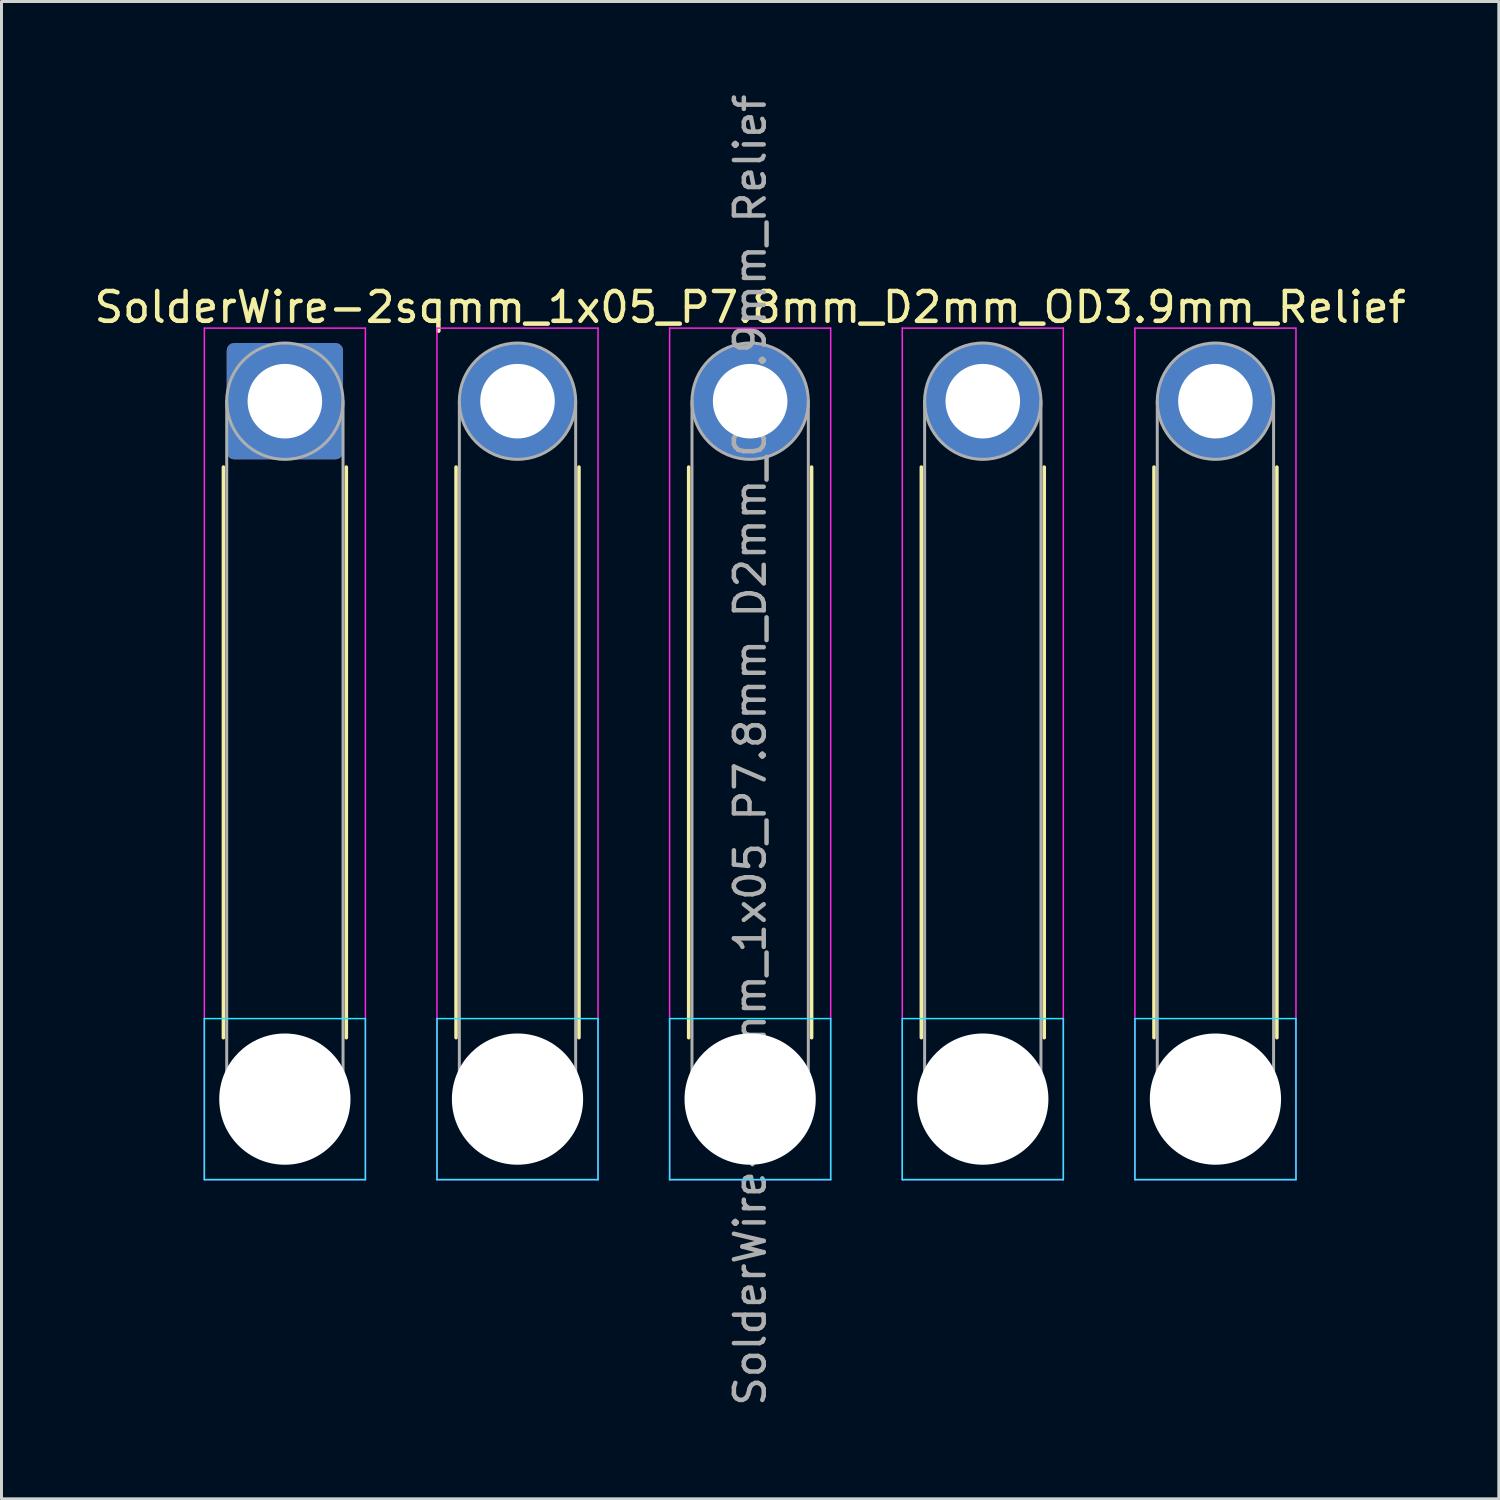
<source format=kicad_pcb>
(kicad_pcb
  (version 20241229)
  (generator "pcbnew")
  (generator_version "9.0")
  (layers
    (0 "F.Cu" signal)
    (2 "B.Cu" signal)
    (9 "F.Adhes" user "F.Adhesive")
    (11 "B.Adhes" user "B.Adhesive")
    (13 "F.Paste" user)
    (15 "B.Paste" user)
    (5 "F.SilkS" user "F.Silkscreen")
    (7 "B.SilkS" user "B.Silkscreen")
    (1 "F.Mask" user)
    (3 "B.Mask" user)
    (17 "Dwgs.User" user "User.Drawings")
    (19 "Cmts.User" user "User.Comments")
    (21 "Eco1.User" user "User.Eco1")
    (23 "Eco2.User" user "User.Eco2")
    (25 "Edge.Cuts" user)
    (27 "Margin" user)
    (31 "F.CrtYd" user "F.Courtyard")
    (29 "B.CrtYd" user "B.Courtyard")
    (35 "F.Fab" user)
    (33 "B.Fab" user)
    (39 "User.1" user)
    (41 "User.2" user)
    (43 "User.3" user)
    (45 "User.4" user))
  (footprint "SolderWire-2sqmm_1x05_P7.8mm_D2mm_OD3.9mm_Relief"
    (layer "F.Cu")
    (at 6.501 10.401)
    (property "Reference" "SolderWire-2sqmm_1x05_P7.8mm_D2mm_OD3.9mm_Relief" (at 15.6 -3.15 0) (layer "F.SilkS") (effects (font (size 1 1) (thickness 0.15))))
    (attr exclude_from_pos_files exclude_from_bom)
    (fp_line (start -2.06 2.21) (end -2.06 21.34) (stroke (width 0.12) (type solid)) (layer "F.SilkS"))
    (fp_line (start 2.06 2.21) (end 2.06 21.34) (stroke (width 0.12) (type solid)) (layer "F.SilkS"))
    (fp_line (start 5.74 2.21) (end 5.74 21.34) (stroke (width 0.12) (type solid)) (layer "F.SilkS"))
    (fp_line (start 9.86 2.21) (end 9.86 21.34) (stroke (width 0.12) (type solid)) (layer "F.SilkS"))
    (fp_line (start 13.54 2.21) (end 13.54 21.34) (stroke (width 0.12) (type solid)) (layer "F.SilkS"))
    (fp_line (start 17.66 2.21) (end 17.66 21.34) (stroke (width 0.12) (type solid)) (layer "F.SilkS"))
    (fp_line (start 21.34 2.21) (end 21.34 21.34) (stroke (width 0.12) (type solid)) (layer "F.SilkS"))
    (fp_line (start 25.46 2.21) (end 25.46 21.34) (stroke (width 0.12) (type solid)) (layer "F.SilkS"))
    (fp_line (start 29.14 2.21) (end 29.14 21.34) (stroke (width 0.12) (type solid)) (layer "F.SilkS"))
    (fp_line (start 33.26 2.21) (end 33.26 21.34) (stroke (width 0.12) (type solid)) (layer "F.SilkS"))
    (fp_line (start -2.7 20.7) (end -2.7 26.1) (stroke (width 0.05) (type solid)) (layer "B.CrtYd"))
    (fp_line (start -2.7 26.1) (end 2.7 26.1) (stroke (width 0.05) (type solid)) (layer "B.CrtYd"))
    (fp_line (start 2.7 20.7) (end -2.7 20.7) (stroke (width 0.05) (type solid)) (layer "B.CrtYd"))
    (fp_line (start 2.7 26.1) (end 2.7 20.7) (stroke (width 0.05) (type solid)) (layer "B.CrtYd"))
    (fp_line (start 5.1 20.7) (end 5.1 26.1) (stroke (width 0.05) (type solid)) (layer "B.CrtYd"))
    (fp_line (start 5.1 26.1) (end 10.5 26.1) (stroke (width 0.05) (type solid)) (layer "B.CrtYd"))
    (fp_line (start 10.5 20.7) (end 5.1 20.7) (stroke (width 0.05) (type solid)) (layer "B.CrtYd"))
    (fp_line (start 10.5 26.1) (end 10.5 20.7) (stroke (width 0.05) (type solid)) (layer "B.CrtYd"))
    (fp_line (start 12.9 20.7) (end 12.9 26.1) (stroke (width 0.05) (type solid)) (layer "B.CrtYd"))
    (fp_line (start 12.9 26.1) (end 18.3 26.1) (stroke (width 0.05) (type solid)) (layer "B.CrtYd"))
    (fp_line (start 18.3 20.7) (end 12.9 20.7) (stroke (width 0.05) (type solid)) (layer "B.CrtYd"))
    (fp_line (start 18.3 26.1) (end 18.3 20.7) (stroke (width 0.05) (type solid)) (layer "B.CrtYd"))
    (fp_line (start 20.7 20.7) (end 20.7 26.1) (stroke (width 0.05) (type solid)) (layer "B.CrtYd"))
    (fp_line (start 20.7 26.1) (end 26.1 26.1) (stroke (width 0.05) (type solid)) (layer "B.CrtYd"))
    (fp_line (start 26.1 20.7) (end 20.7 20.7) (stroke (width 0.05) (type solid)) (layer "B.CrtYd"))
    (fp_line (start 26.1 26.1) (end 26.1 20.7) (stroke (width 0.05) (type solid)) (layer "B.CrtYd"))
    (fp_line (start 28.5 20.7) (end 28.5 26.1) (stroke (width 0.05) (type solid)) (layer "B.CrtYd"))
    (fp_line (start 28.5 26.1) (end 33.9 26.1) (stroke (width 0.05) (type solid)) (layer "B.CrtYd"))
    (fp_line (start 33.9 20.7) (end 28.5 20.7) (stroke (width 0.05) (type solid)) (layer "B.CrtYd"))
    (fp_line (start 33.9 26.1) (end 33.9 20.7) (stroke (width 0.05) (type solid)) (layer "B.CrtYd"))
    (fp_line (start -2.7 -2.45) (end -2.7 26.1) (stroke (width 0.05) (type solid)) (layer "F.CrtYd"))
    (fp_line (start -2.7 26.1) (end 2.7 26.1) (stroke (width 0.05) (type solid)) (layer "F.CrtYd"))
    (fp_line (start 2.7 -2.45) (end -2.7 -2.45) (stroke (width 0.05) (type solid)) (layer "F.CrtYd"))
    (fp_line (start 2.7 26.1) (end 2.7 -2.45) (stroke (width 0.05) (type solid)) (layer "F.CrtYd"))
    (fp_line (start 5.1 -2.45) (end 5.1 26.1) (stroke (width 0.05) (type solid)) (layer "F.CrtYd"))
    (fp_line (start 5.1 26.1) (end 10.5 26.1) (stroke (width 0.05) (type solid)) (layer "F.CrtYd"))
    (fp_line (start 10.5 -2.45) (end 5.1 -2.45) (stroke (width 0.05) (type solid)) (layer "F.CrtYd"))
    (fp_line (start 10.5 26.1) (end 10.5 -2.45) (stroke (width 0.05) (type solid)) (layer "F.CrtYd"))
    (fp_line (start 12.9 -2.45) (end 12.9 26.1) (stroke (width 0.05) (type solid)) (layer "F.CrtYd"))
    (fp_line (start 12.9 26.1) (end 18.3 26.1) (stroke (width 0.05) (type solid)) (layer "F.CrtYd"))
    (fp_line (start 18.3 -2.45) (end 12.9 -2.45) (stroke (width 0.05) (type solid)) (layer "F.CrtYd"))
    (fp_line (start 18.3 26.1) (end 18.3 -2.45) (stroke (width 0.05) (type solid)) (layer "F.CrtYd"))
    (fp_line (start 20.7 -2.45) (end 20.7 26.1) (stroke (width 0.05) (type solid)) (layer "F.CrtYd"))
    (fp_line (start 20.7 26.1) (end 26.1 26.1) (stroke (width 0.05) (type solid)) (layer "F.CrtYd"))
    (fp_line (start 26.1 -2.45) (end 20.7 -2.45) (stroke (width 0.05) (type solid)) (layer "F.CrtYd"))
    (fp_line (start 26.1 26.1) (end 26.1 -2.45) (stroke (width 0.05) (type solid)) (layer "F.CrtYd"))
    (fp_line (start 28.5 -2.45) (end 28.5 26.1) (stroke (width 0.05) (type solid)) (layer "F.CrtYd"))
    (fp_line (start 28.5 26.1) (end 33.9 26.1) (stroke (width 0.05) (type solid)) (layer "F.CrtYd"))
    (fp_line (start 33.9 -2.45) (end 28.5 -2.45) (stroke (width 0.05) (type solid)) (layer "F.CrtYd"))
    (fp_line (start 33.9 26.1) (end 33.9 -2.45) (stroke (width 0.05) (type solid)) (layer "F.CrtYd"))
    (fp_line (start -1.95 0) (end -1.95 23.4) (stroke (width 0.1) (type solid)) (layer "F.Fab"))
    (fp_line (start 1.95 0) (end 1.95 23.4) (stroke (width 0.1) (type solid)) (layer "F.Fab"))
    (fp_line (start 5.85 0) (end 5.85 23.4) (stroke (width 0.1) (type solid)) (layer "F.Fab"))
    (fp_line (start 9.75 0) (end 9.75 23.4) (stroke (width 0.1) (type solid)) (layer "F.Fab"))
    (fp_line (start 13.65 0) (end 13.65 23.4) (stroke (width 0.1) (type solid)) (layer "F.Fab"))
    (fp_line (start 17.55 0) (end 17.55 23.4) (stroke (width 0.1) (type solid)) (layer "F.Fab"))
    (fp_line (start 21.45 0) (end 21.45 23.4) (stroke (width 0.1) (type solid)) (layer "F.Fab"))
    (fp_line (start 25.35 0) (end 25.35 23.4) (stroke (width 0.1) (type solid)) (layer "F.Fab"))
    (fp_line (start 29.25 0) (end 29.25 23.4) (stroke (width 0.1) (type solid)) (layer "F.Fab"))
    (fp_line (start 33.15 0) (end 33.15 23.4) (stroke (width 0.1) (type solid)) (layer "F.Fab"))
    (fp_circle (center 0 0) (end 1.95 0) (stroke (width 0.1) (type solid)) (fill no) (layer "F.Fab"))
    (fp_circle (center 0 23.4) (end 1.95 23.4) (stroke (width 0.1) (type solid)) (fill no) (layer "F.Fab"))
    (fp_circle (center 7.8 0) (end 9.75 0) (stroke (width 0.1) (type solid)) (fill no) (layer "F.Fab"))
    (fp_circle (center 7.8 23.4) (end 9.75 23.4) (stroke (width 0.1) (type solid)) (fill no) (layer "F.Fab"))
    (fp_circle (center 15.6 0) (end 17.55 0) (stroke (width 0.1) (type solid)) (fill no) (layer "F.Fab"))
    (fp_circle (center 15.6 23.4) (end 17.55 23.4) (stroke (width 0.1) (type solid)) (fill no) (layer "F.Fab"))
    (fp_circle (center 23.4 0) (end 25.35 0) (stroke (width 0.1) (type solid)) (fill no) (layer "F.Fab"))
    (fp_circle (center 23.4 23.4) (end 25.35 23.4) (stroke (width 0.1) (type solid)) (fill no) (layer "F.Fab"))
    (fp_circle (center 31.2 0) (end 33.15 0) (stroke (width 0.1) (type solid)) (fill no) (layer "F.Fab"))
    (fp_circle (center 31.2 23.4) (end 33.15 23.4) (stroke (width 0.1) (type solid)) (fill no) (layer "F.Fab"))
    (fp_text user "${REFERENCE}" (at 15.6 11.7 90) (layer "F.Fab") (effects (font (size 1 1) (thickness 0.15))))
    (pad "" np_thru_hole circle (at 0 23.4) (size 4.4 4.4) (drill 4.4) (layers "*.Cu" "*.Mask"))
    (pad "" np_thru_hole circle (at 7.8 23.4) (size 4.4 4.4) (drill 4.4) (layers "*.Cu" "*.Mask"))
    (pad "" np_thru_hole circle (at 15.6 23.4) (size 4.4 4.4) (drill 4.4) (layers "*.Cu" "*.Mask"))
    (pad "" np_thru_hole circle (at 23.4 23.4) (size 4.4 4.4) (drill 4.4) (layers "*.Cu" "*.Mask"))
    (pad "" np_thru_hole circle (at 31.2 23.4) (size 4.4 4.4) (drill 4.4) (layers "*.Cu" "*.Mask"))
    (pad "1" thru_hole roundrect (at 0 0) (size 3.9 3.9) (drill 2.5) (layers "*.Cu" "*.Mask") (roundrect_rratio 0.064))
    (pad "2" thru_hole circle (at 7.8 0) (size 3.9 3.9) (drill 2.5) (layers "*.Cu" "*.Mask"))
    (pad "3" thru_hole circle (at 15.6 0) (size 3.9 3.9) (drill 2.5) (layers "*.Cu" "*.Mask"))
    (pad "4" thru_hole circle (at 23.4 0) (size 3.9 3.9) (drill 2.5) (layers "*.Cu" "*.Mask"))
    (pad "5" thru_hole circle (at 31.2 0) (size 3.9 3.9) (drill 2.5) (layers "*.Cu" "*.Mask")))
  (gr_rect
    (start -3 -3)
    (end 47.202 47.202)
    (stroke (width 0.1) (type default))
    (fill no)
    (layer "Edge.Cuts")))
</source>
